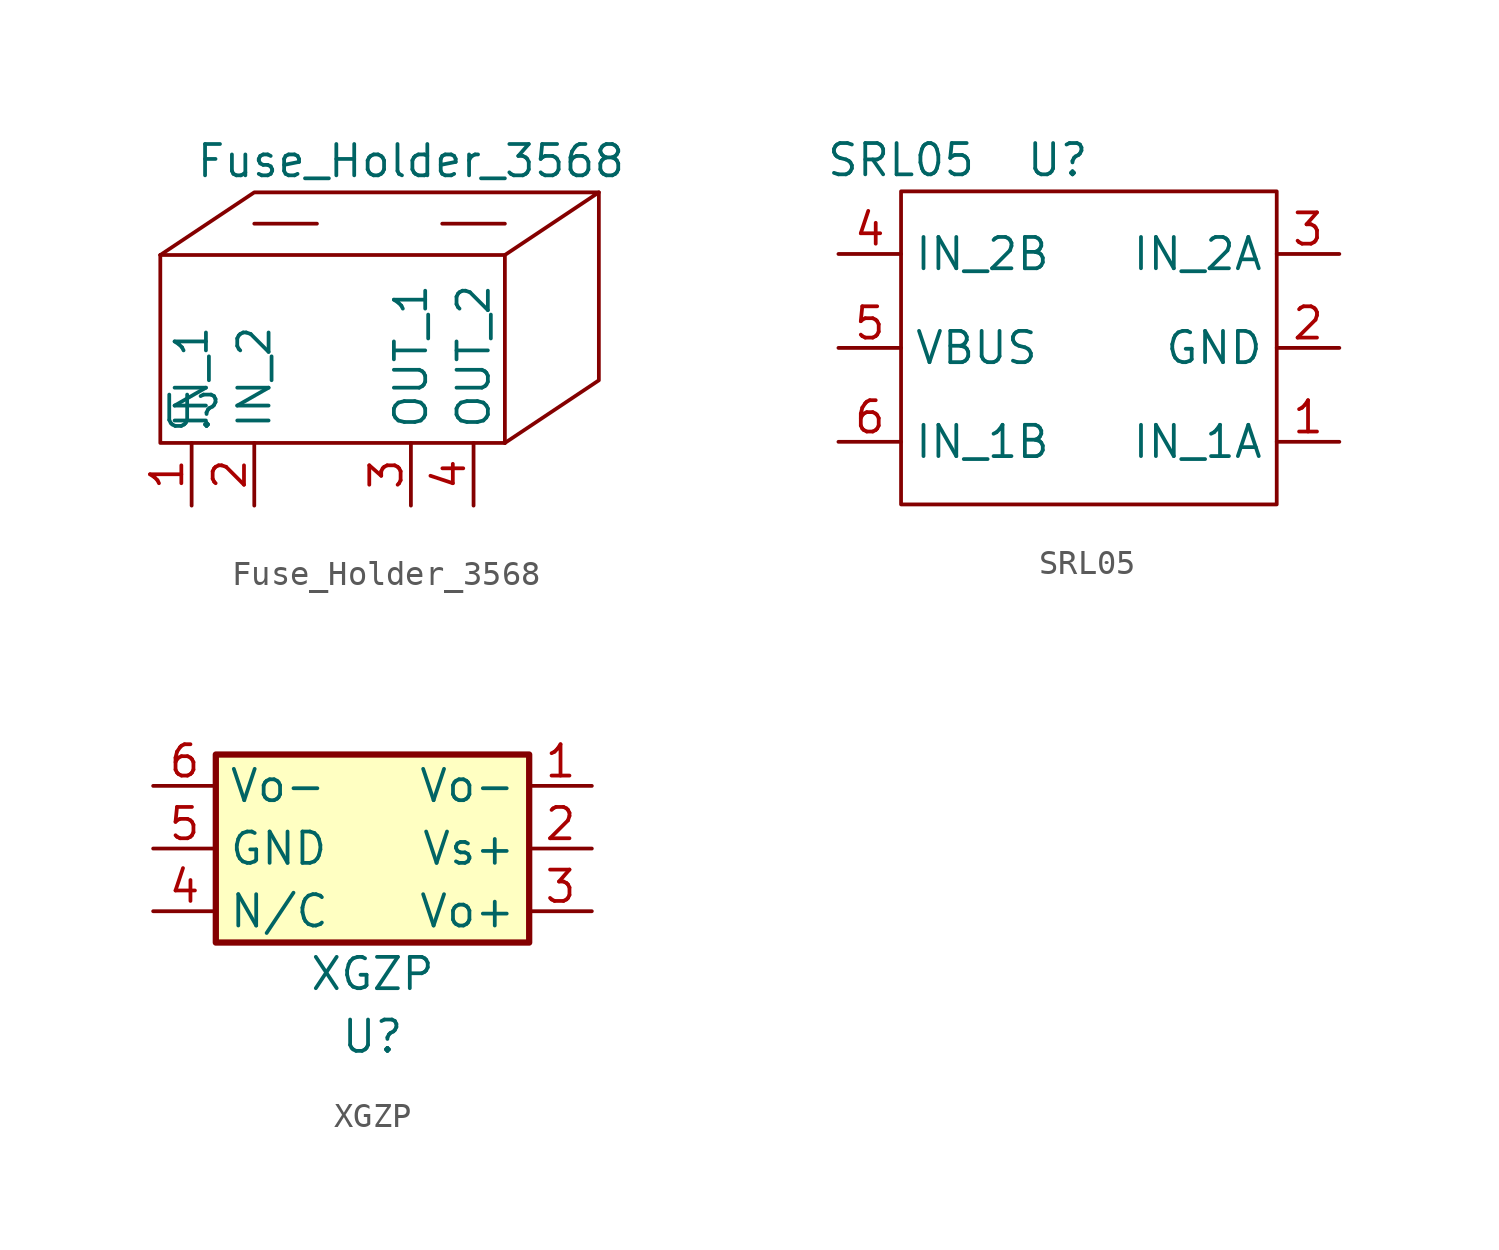
<source format=kicad_sym>
(kicad_symbol_lib
  (version 20211014)
  (generator kicad_symbol_editor)
  (symbol "Fuse_Holder_3568"
    (property "Reference" "U"
      (at -8.89 11.43 0)
      (effects (font (size 1.27 1.27))))
    (property "Value" "Fuse_Holder_3568"
      (at 0 21.59 0)
      (effects (font (size 1.27 1.27))))
    (symbol "Fuse_Holder_3568_0_1"
      (polyline (pts (xy -10.16 17.78) (xy 3.81 17.78)) (stroke (width 0) (type default) (color 0 0 0 0)) (fill (type none)))
      (polyline (pts (xy -6.35 19.05) (xy -3.81 19.05)) (stroke (width 0) (type default) (color 0 0 0 0)) (fill (type none)))
      (polyline (pts (xy 3.81 19.05) (xy 1.27 19.05)) (stroke (width 0) (type default) (color 0 0 0 0)) (fill (type none)))
      (polyline (pts (xy -10.16 17.78) (xy -10.16 10.16) (xy 3.81 10.16)) (stroke (width 0) (type default) (color 0 0 0 0)) (fill (type none)))
      (polyline (pts (xy 3.81 10.16) (xy 7.62 12.7) (xy 7.62 20.32)) (stroke (width 0) (type default) (color 0 0 0 0)) (fill (type none)))
      (polyline (pts (xy -10.16 17.78) (xy -6.35 20.32) (xy 7.62 20.32) (xy 3.81 17.78) (xy 3.81 10.16)) (stroke (width 0) (type default) (color 0 0 0 0)) (fill (type none))))
    (symbol "Fuse_Holder_3568_1_1"
      (pin power_in line (at -8.89 7.62 90) (length 2.54) (name "IN_1" (effects (font (size 1.27 1.27)))) (number "1" (effects (font (size 1.27 1.27)))))
      (pin power_in line (at -6.35 7.62 90) (length 2.54) (name "IN_2" (effects (font (size 1.27 1.27)))) (number "2" (effects (font (size 1.27 1.27)))))
      (pin power_in line (at 0 7.62 90) (length 2.54) (name "OUT_1" (effects (font (size 1.27 1.27)))) (number "3" (effects (font (size 1.27 1.27)))))
      (pin power_in line (at 2.54 7.62 90) (length 2.54) (name "OUT_2" (effects (font (size 1.27 1.27)))) (number "4" (effects (font (size 1.27 1.27)))))))
  (symbol "SRL05"
    (property "Reference" "U"
      (at -1.27 7.62 0)
      (effects (font (size 1.27 1.27))))
    (property "Value" "SRL05"
      (at -7.62 7.62 0)
      (effects (font (size 1.27 1.27))))
    (symbol "SRL05_0_1"
      (rectangle (start -7.62 6.35) (end 7.62 -6.35) (stroke (width 0) (type default) (color 0 0 0 0)) (fill (type none))))
    (symbol "SRL05_1_1"
      (pin input line (at 10.16 -3.81 180) (length 2.54) (name "IN_1A" (effects (font (size 1.27 1.27)))) (number "1" (effects (font (size 1.27 1.27)))))
      (pin power_out line (at 10.16 0 180) (length 2.54) (name "GND" (effects (font (size 1.27 1.27)))) (number "2" (effects (font (size 1.27 1.27)))))
      (pin input line (at 10.16 3.81 180) (length 2.54) (name "IN_2A" (effects (font (size 1.27 1.27)))) (number "3" (effects (font (size 1.27 1.27)))))
      (pin input line (at -10.16 3.81 0) (length 2.54) (name "IN_2B" (effects (font (size 1.27 1.27)))) (number "4" (effects (font (size 1.27 1.27)))))
      (pin power_in line (at -10.16 0 0) (length 2.54) (name "VBUS" (effects (font (size 1.27 1.27)))) (number "5" (effects (font (size 1.27 1.27)))))
      (pin input line (at -10.16 -3.81 0) (length 2.54) (name "IN_1B" (effects (font (size 1.27 1.27)))) (number "6" (effects (font (size 1.27 1.27)))))))
  (symbol "XGZP"
    (property "Reference" "U"
      (at 0 -7.62 0)
      (effects (font (size 1.27 1.27))))
    (property "Value" "XGZP"
      (at 0 -5.08 0)
      (effects (font (size 1.27 1.27))))
    (symbol "XGZP_0_0"
      (pin passive line (at -8.89 -2.54 0) (length 2.54) (name "N/C" (effects (font (size 1.27 1.27)))) (number "4" (effects (font (size 1.27 1.27))))))
    (symbol "XGZP_0_1"
      (rectangle (start -6.35 3.81) (end 6.35 -3.81) (stroke (width 0.254) (type default) (color 0 0 0 0)) (fill (type background))))
    (symbol "XGZP_1_1"
      (pin passive line (at 8.89 2.54 180) (length 2.54) (name "Vo-" (effects (font (size 1.27 1.27)))) (number "1" (effects (font (size 1.27 1.27)))))
      (pin input line (at 8.89 0 180) (length 2.54) (name "Vs+" (effects (font (size 1.27 1.27)))) (number "2" (effects (font (size 1.27 1.27)))))
      (pin passive line (at 8.89 -2.54 180) (length 2.54) (name "Vo+" (effects (font (size 1.27 1.27)))) (number "3" (effects (font (size 1.27 1.27)))))
      (pin input line (at -8.89 0 0) (length 2.54) (name "GND" (effects (font (size 1.27 1.27)))) (number "5" (effects (font (size 1.27 1.27)))))
      (pin passive line (at -8.89 2.54 0) (length 2.54) (name "Vo-" (effects (font (size 1.27 1.27)))) (number "6" (effects (font (size 1.27 1.27))))))))
</source>
